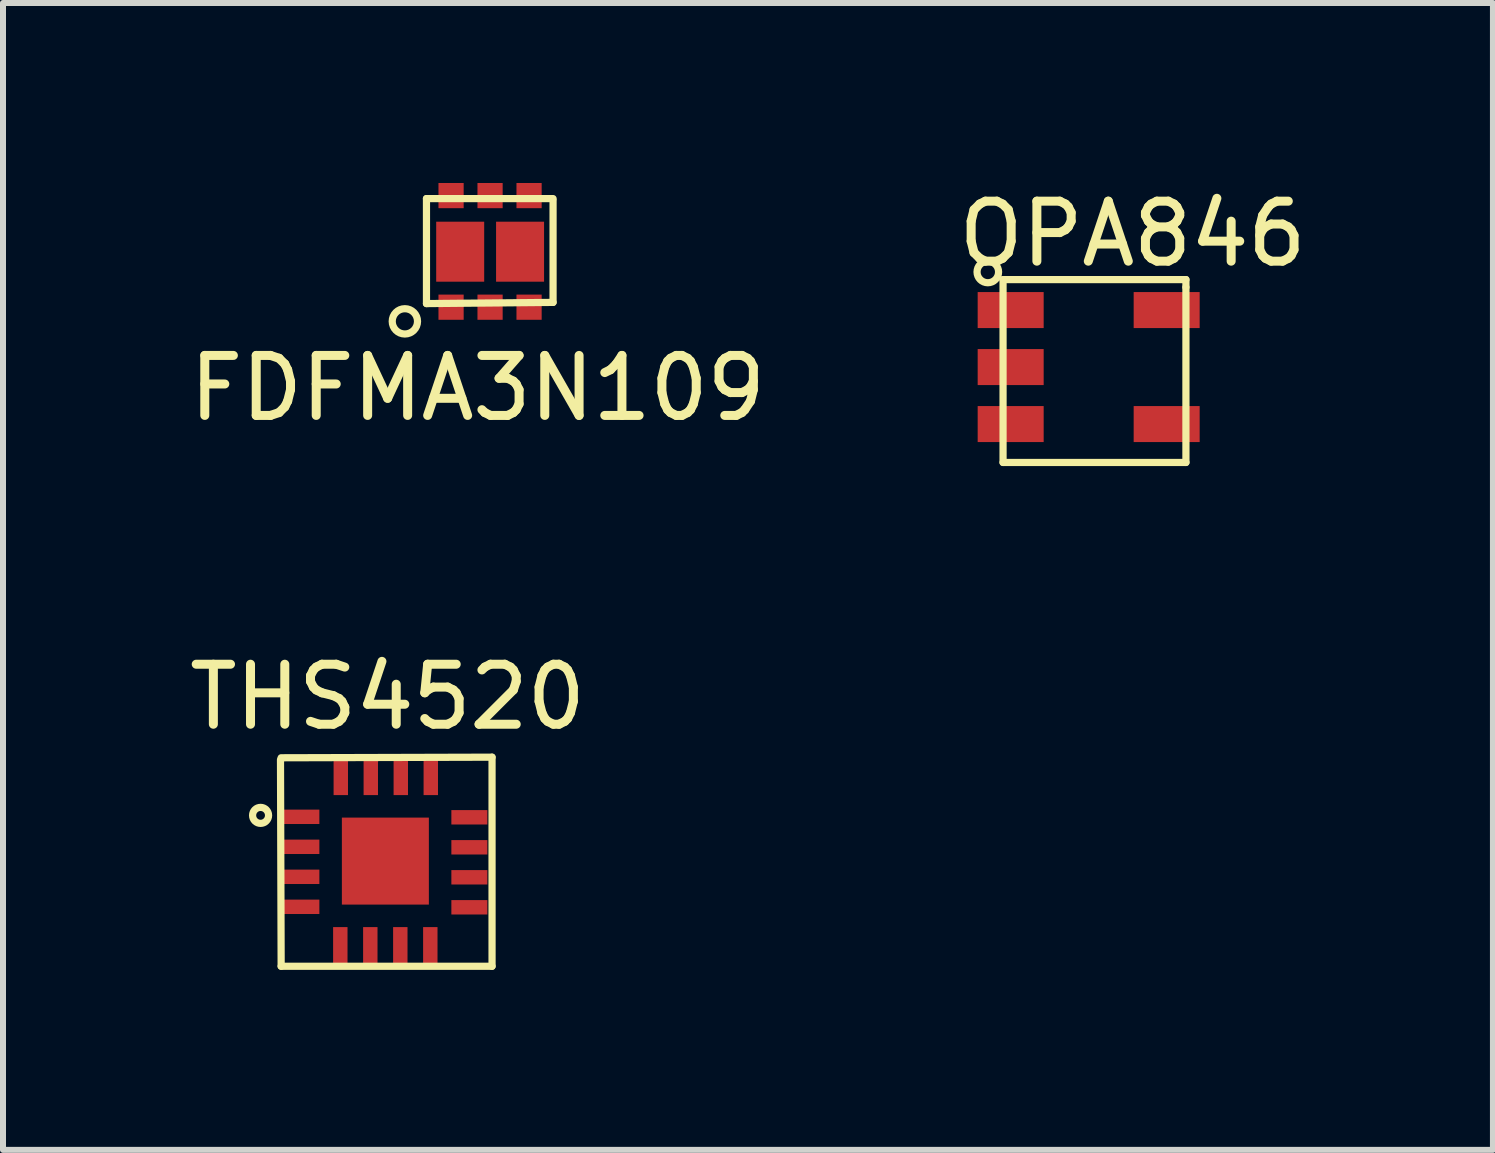
<source format=kicad_pcb>
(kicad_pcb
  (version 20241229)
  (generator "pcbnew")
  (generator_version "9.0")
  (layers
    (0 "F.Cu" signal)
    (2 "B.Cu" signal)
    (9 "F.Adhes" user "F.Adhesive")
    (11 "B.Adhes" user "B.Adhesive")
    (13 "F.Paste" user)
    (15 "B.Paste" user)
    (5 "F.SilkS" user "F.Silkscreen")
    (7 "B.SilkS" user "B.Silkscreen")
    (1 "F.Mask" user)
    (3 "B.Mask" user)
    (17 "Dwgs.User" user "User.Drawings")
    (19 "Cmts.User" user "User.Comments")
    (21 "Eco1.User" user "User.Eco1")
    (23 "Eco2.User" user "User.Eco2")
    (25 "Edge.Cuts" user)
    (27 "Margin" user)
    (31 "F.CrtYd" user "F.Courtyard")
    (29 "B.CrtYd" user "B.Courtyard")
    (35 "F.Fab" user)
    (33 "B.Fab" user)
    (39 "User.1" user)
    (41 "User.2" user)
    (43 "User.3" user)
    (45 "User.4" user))
  (footprint "THS4520"
    (layer "F.Cu")
    (at 3.373 11.302)
    (property "Reference" "THS4520" (at 0.038 -2.736 0) (layer "F.SilkS") (effects (font (size 1 1) (thickness 0.15))))
    (attr through_hole)
    (fp_line (start -1.748 -1.689) (end -1.737 1.753) (stroke (width 0.12) (type solid)) (layer "F.SilkS"))
    (fp_line (start -1.737 1.753) (end 1.778 1.753) (stroke (width 0.12) (type solid)) (layer "F.SilkS"))
    (fp_line (start 1.778 -1.732) (end -1.737 -1.722) (stroke (width 0.12) (type solid)) (layer "F.SilkS"))
    (fp_line (start 1.778 1.753) (end 1.778 -1.732) (stroke (width 0.12) (type solid)) (layer "F.SilkS"))
    (fp_circle (center -2.08 -0.762) (end -2.197 -0.826) (stroke (width 0.12) (type solid)) (fill no) (layer "F.SilkS"))
    (pad "1" smd rect (at -1.4 -0.738 90) (size 0.24 0.6) (layers "F.Cu" "F.Mask" "F.Paste"))
    (pad "2" smd rect (at -1.4 -0.238 90) (size 0.24 0.6) (layers "F.Cu" "F.Mask" "F.Paste"))
    (pad "3" smd rect (at -1.4 0.262 90) (size 0.24 0.6) (layers "F.Cu" "F.Mask" "F.Paste"))
    (pad "4" smd rect (at -1.4 0.762 90) (size 0.24 0.6) (layers "F.Cu" "F.Mask" "F.Paste"))
    (pad "5" smd rect (at -0.751 1.4 180) (size 0.24 0.6) (layers "F.Cu" "F.Mask" "F.Paste"))
    (pad "6" smd rect (at -0.251 1.4 180) (size 0.24 0.6) (layers "F.Cu" "F.Mask" "F.Paste"))
    (pad "7" smd rect (at 0.249 1.4 180) (size 0.24 0.6) (layers "F.Cu" "F.Mask" "F.Paste"))
    (pad "8" smd rect (at 0.749 1.4 180) (size 0.24 0.6) (layers "F.Cu" "F.Mask" "F.Paste"))
    (pad "9" smd rect (at 1.4 0.77 90) (size 0.24 0.6) (layers "F.Cu" "F.Mask" "F.Paste"))
    (pad "10" smd rect (at 1.4 0.27 90) (size 0.24 0.6) (layers "F.Cu" "F.Mask" "F.Paste"))
    (pad "11" smd rect (at 1.4 -0.23 90) (size 0.24 0.6) (layers "F.Cu" "F.Mask" "F.Paste"))
    (pad "12" smd rect (at 1.4 -0.73 90) (size 0.24 0.6) (layers "F.Cu" "F.Mask" "F.Paste"))
    (pad "13" smd rect (at 0.757 -1.4 180) (size 0.24 0.6) (layers "F.Cu" "F.Mask" "F.Paste"))
    (pad "14" smd rect (at 0.257 -1.4 180) (size 0.24 0.6) (layers "F.Cu" "F.Mask" "F.Paste"))
    (pad "15" smd rect (at -0.243 -1.4 180) (size 0.24 0.6) (layers "F.Cu" "F.Mask" "F.Paste"))
    (pad "16" smd rect (at -0.743 -1.4 180) (size 0.24 0.6) (layers "F.Cu" "F.Mask" "F.Paste"))
    (pad "17" smd rect (at 0 0) (size 1.45 1.45) (layers "F.Cu" "F.Mask" "F.Paste")))
  (footprint "FDFMA3N109"
    (layer "F.Cu")
    (at 6.068 1.12)
    (property "Reference" "FDFMA3N109" (at -1.157 2.299 0) (layer "F.SilkS") (effects (font (size 1 1) (thickness 0.15))))
    (attr through_hole)
    (fp_line (start -2.01 -0.86) (end -2.01 0.89) (stroke (width 0.12) (type solid)) (layer "F.SilkS"))
    (fp_line (start -2.01 -0.86) (end 0.1 -0.86) (stroke (width 0.12) (type solid)) (layer "F.SilkS"))
    (fp_line (start -2.01 0.89) (end 0.1 0.87) (stroke (width 0.12) (type solid)) (layer "F.SilkS"))
    (fp_line (start 0.1 0.87) (end 0.1 -0.83) (stroke (width 0.12) (type solid)) (layer "F.SilkS"))
    (fp_circle (center -2.37 1.186) (end -2.19 1.296) (stroke (width 0.12) (type solid)) (fill no) (layer "F.SilkS"))
    (pad "1" smd rect (at -1.6 0.95) (size 0.42 0.42) (layers "F.Cu" "F.Mask" "F.Paste"))
    (pad "2" smd rect (at -0.95 0.95) (size 0.42 0.42) (layers "F.Cu" "F.Mask" "F.Paste"))
    (pad "3" smd rect (at -0.45 0.025) (size 0.8 1) (layers "F.Cu" "F.Mask" "F.Paste"))
    (pad "3" smd rect (at -0.3 0.95) (size 0.42 0.42) (layers "F.Cu" "F.Mask" "F.Paste"))
    (pad "4" smd rect (at -0.3 -0.91) (size 0.42 0.42) (layers "F.Cu" "F.Mask" "F.Paste"))
    (pad "5" smd rect (at -0.95 -0.91) (size 0.42 0.42) (layers "F.Cu" "F.Mask" "F.Paste"))
    (pad "6" smd rect (at -1.6 -0.91) (size 0.42 0.42) (layers "F.Cu" "F.Mask" "F.Paste"))
    (pad "K" smd rect (at -1.448 0.025) (size 0.8 1) (layers "F.Cu" "F.Mask" "F.Paste")))
  (footprint "OPA846"
    (layer "F.Cu")
    (at 15.192 3.134)
    (property "Reference" "OPA846" (at 0.635 -2.286 0) (layer "F.SilkS") (effects (font (size 1 1) (thickness 0.15))))
    (attr through_hole)
    (fp_line (start -1.524 -1.524) (end -1.524 1.524) (stroke (width 0.12) (type solid)) (layer "F.SilkS"))
    (fp_line (start -1.524 1.524) (end 1.524 1.524) (stroke (width 0.12) (type solid)) (layer "F.SilkS"))
    (fp_line (start 1.524 -1.524) (end -1.524 -1.524) (stroke (width 0.12) (type solid)) (layer "F.SilkS"))
    (fp_line (start 1.524 -1.397) (end 1.524 -1.524) (stroke (width 0.12) (type solid)) (layer "F.SilkS"))
    (fp_line (start 1.524 1.524) (end 1.524 -1.397) (stroke (width 0.12) (type solid)) (layer "F.SilkS"))
    (fp_circle (center -1.778 -1.651) (end -1.905 -1.778) (stroke (width 0.12) (type solid)) (fill no) (layer "F.SilkS"))
    (pad "1" smd rect (at -1.397 -1.016 90) (size 0.6 1.1) (layers "F.Cu" "F.Mask" "F.Paste"))
    (pad "2" smd rect (at -1.397 -0.066 90) (size 0.6 1.1) (layers "F.Cu" "F.Mask" "F.Paste"))
    (pad "3" smd rect (at -1.397 0.884 90) (size 0.6 1.1) (layers "F.Cu" "F.Mask" "F.Paste"))
    (pad "4" smd rect (at 1.203 -1.016 90) (size 0.6 1.1) (layers "F.Cu" "F.Mask" "F.Paste"))
    (pad "5" smd rect (at 1.203 0.884 90) (size 0.6 1.1) (layers "F.Cu" "F.Mask" "F.Paste")))
  (gr_rect
    (start -3 -3)
    (end 21.833 16.115)
    (stroke (width 0.1) (type default))
    (fill no)
    (layer "Edge.Cuts")))
</source>
